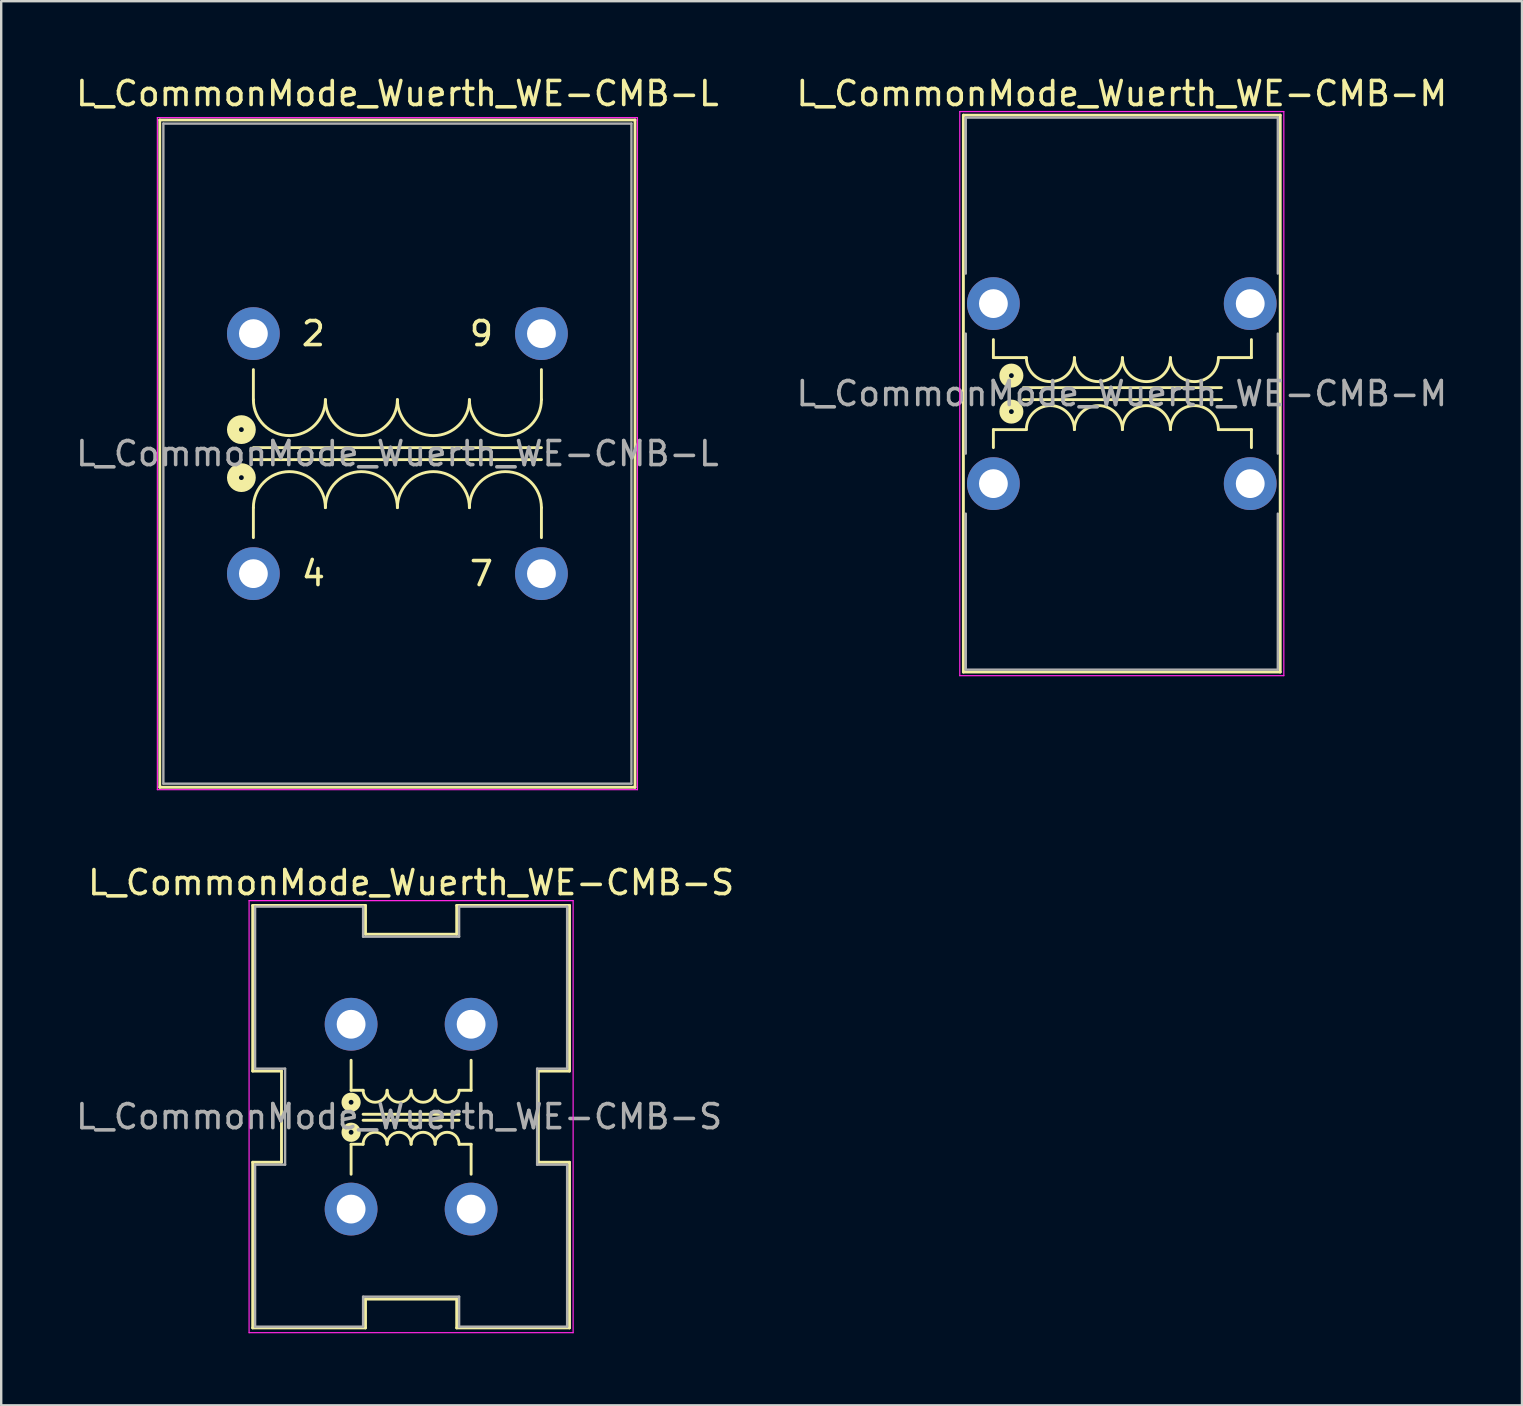
<source format=kicad_pcb>
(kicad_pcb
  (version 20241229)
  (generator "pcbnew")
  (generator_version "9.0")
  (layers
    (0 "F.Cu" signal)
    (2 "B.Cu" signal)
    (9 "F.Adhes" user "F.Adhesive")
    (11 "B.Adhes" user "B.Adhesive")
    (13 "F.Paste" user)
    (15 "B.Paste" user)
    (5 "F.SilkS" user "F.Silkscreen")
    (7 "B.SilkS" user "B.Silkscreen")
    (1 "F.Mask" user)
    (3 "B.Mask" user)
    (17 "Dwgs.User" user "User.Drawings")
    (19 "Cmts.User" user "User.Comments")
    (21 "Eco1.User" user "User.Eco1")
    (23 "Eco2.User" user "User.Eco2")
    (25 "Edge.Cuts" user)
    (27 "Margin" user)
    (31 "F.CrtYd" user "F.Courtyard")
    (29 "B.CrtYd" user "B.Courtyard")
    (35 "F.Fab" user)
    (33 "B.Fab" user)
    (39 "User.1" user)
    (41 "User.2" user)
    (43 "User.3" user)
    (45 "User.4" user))
  (footprint "L_CommonMode_Wuerth_WE-CMB-M"
    (layer "F.Cu")
    (at 38.335 9.598)
    (property "Reference" "L_CommonMode_Wuerth_WE-CMB-M" (at 5.35 -8.75 0) (layer "F.SilkS") (effects (font (size 1 1) (thickness 0.15))))
    (attr through_hole)
    (fp_line (start -1.25 -7.85) (end 11.95 -7.85) (stroke (width 0.12) (type solid)) (layer "F.SilkS"))
    (fp_line (start -1.25 15.35) (end -1.25 -7.85) (stroke (width 0.12) (type solid)) (layer "F.SilkS"))
    (fp_line (start 0 1.5) (end 0 2.25) (stroke (width 0.12) (type solid)) (layer "F.SilkS"))
    (fp_line (start 0 2.25) (end 1.375 2.25) (stroke (width 0.12) (type solid)) (layer "F.SilkS"))
    (fp_line (start 0 6) (end 0 5.25) (stroke (width 0.12) (type solid)) (layer "F.SilkS"))
    (fp_line (start 1.25 3.5) (end 9.5 3.5) (stroke (width 0.12) (type solid)) (layer "F.SilkS"))
    (fp_line (start 1.375 5.25) (end 0 5.25) (stroke (width 0.12) (type solid)) (layer "F.SilkS"))
    (fp_line (start 9.375 2.25) (end 10.75 2.25) (stroke (width 0.12) (type solid)) (layer "F.SilkS"))
    (fp_line (start 9.5 4) (end 1.25 4) (stroke (width 0.12) (type solid)) (layer "F.SilkS"))
    (fp_line (start 10.75 1.5) (end 10.75 2.25) (stroke (width 0.12) (type solid)) (layer "F.SilkS"))
    (fp_line (start 10.75 5.25) (end 9.375 5.25) (stroke (width 0.12) (type solid)) (layer "F.SilkS"))
    (fp_line (start 10.75 6) (end 10.75 5.25) (stroke (width 0.12) (type solid)) (layer "F.SilkS"))
    (fp_line (start 11.95 -7.85) (end 11.95 15.35) (stroke (width 0.12) (type solid)) (layer "F.SilkS"))
    (fp_line (start 11.95 15.35) (end -1.25 15.35) (stroke (width 0.12) (type solid)) (layer "F.SilkS"))
    (fp_arc (start 1.375 5.25) (mid 2.375 4.25) (end 3.375 5.25) (stroke (width 0.12) (type solid)) (layer "F.SilkS"))
    (fp_arc (start 3.375 2.25) (mid 2.375 3.25) (end 1.375 2.25) (stroke (width 0.12) (type solid)) (layer "F.SilkS"))
    (fp_arc (start 3.375 5.25) (mid 4.375 4.25) (end 5.375 5.25) (stroke (width 0.12) (type solid)) (layer "F.SilkS"))
    (fp_arc (start 5.375 2.25) (mid 4.375 3.25) (end 3.375 2.25) (stroke (width 0.12) (type solid)) (layer "F.SilkS"))
    (fp_arc (start 5.375 5.25) (mid 6.375 4.25) (end 7.375 5.25) (stroke (width 0.12) (type solid)) (layer "F.SilkS"))
    (fp_arc (start 7.375 2.25) (mid 6.375 3.25) (end 5.375 2.25) (stroke (width 0.12) (type solid)) (layer "F.SilkS"))
    (fp_arc (start 7.375 5.25) (mid 8.375 4.25) (end 9.375 5.25) (stroke (width 0.12) (type solid)) (layer "F.SilkS"))
    (fp_arc (start 9.375 2.25) (mid 8.375 3.25) (end 7.375 2.25) (stroke (width 0.12) (type solid)) (layer "F.SilkS"))
    (fp_circle (center 0.75 3) (end 0.85 3) (stroke (width 0.4) (type solid)) (fill no) (layer "F.SilkS"))
    (fp_circle (center 0.75 4.5) (end 0.85 4.5) (stroke (width 0.4) (type solid)) (fill no) (layer "F.SilkS"))
    (fp_line (start -1.4 -8) (end 12.1 -8) (stroke (width 0.05) (type solid)) (layer "F.CrtYd"))
    (fp_line (start -1.4 15.5) (end -1.4 -8) (stroke (width 0.05) (type solid)) (layer "F.CrtYd"))
    (fp_line (start 12.1 -8) (end 12.1 15.5) (stroke (width 0.05) (type solid)) (layer "F.CrtYd"))
    (fp_line (start 12.1 15.5) (end -1.4 15.5) (stroke (width 0.05) (type solid)) (layer "F.CrtYd"))
    (fp_line (start -1.15 -7.75) (end 11.85 -7.75) (stroke (width 0.1) (type solid)) (layer "F.Fab"))
    (fp_line (start -1.15 -1.25) (end -1.15 -7.75) (stroke (width 0.1) (type solid)) (layer "F.Fab"))
    (fp_line (start -1.15 6.25) (end -1.15 1.25) (stroke (width 0.1) (type solid)) (layer "F.Fab"))
    (fp_line (start -1.15 15.25) (end -1.15 8.75) (stroke (width 0.1) (type solid)) (layer "F.Fab"))
    (fp_line (start 11.85 -7.75) (end 11.85 -1.25) (stroke (width 0.1) (type solid)) (layer "F.Fab"))
    (fp_line (start 11.85 1.25) (end 11.85 6.25) (stroke (width 0.1) (type solid)) (layer "F.Fab"))
    (fp_line (start 11.85 8.75) (end 11.85 15.25) (stroke (width 0.1) (type solid)) (layer "F.Fab"))
    (fp_line (start 11.85 15.25) (end -1.15 15.25) (stroke (width 0.1) (type solid)) (layer "F.Fab"))
    (fp_text user "${REFERENCE}" (at 5.35 3.75 0) (layer "F.Fab") (effects (font (size 1 1) (thickness 0.15))))
    (pad "1" thru_hole circle (at 0 0) (size 2.2 2.2) (drill 1.2) (layers "*.Cu" "*.Mask"))
    (pad "2" thru_hole circle (at 10.7 0) (size 2.2 2.2) (drill 1.2) (layers "*.Cu" "*.Mask"))
    (pad "3" thru_hole circle (at 10.7 7.5) (size 2.2 2.2) (drill 1.2) (layers "*.Cu" "*.Mask"))
    (pad "4" thru_hole circle (at 0 7.5) (size 2.2 2.2) (drill 1.2) (layers "*.Cu" "*.Mask")))
  (footprint "L_CommonMode_Wuerth_WE-CMB-S"
    (layer "F.Cu")
    (at 11.577 39.621)
    (property "Reference" "L_CommonMode_Wuerth_WE-CMB-S" (at 2.5 -5.9 0) (layer "F.SilkS") (effects (font (size 1 1) (thickness 0.15))))
    (attr through_hole)
    (fp_line (start -4.1 -4.95) (end -4 -4.95) (stroke (width 0.12) (type solid)) (layer "F.SilkS"))
    (fp_line (start -4.1 1.95) (end -4.1 -4.95) (stroke (width 0.12) (type solid)) (layer "F.SilkS"))
    (fp_line (start -4.1 5.75) (end -2.9 5.75) (stroke (width 0.12) (type solid)) (layer "F.SilkS"))
    (fp_line (start -4.1 12.65) (end -4.1 5.75) (stroke (width 0.12) (type solid)) (layer "F.SilkS"))
    (fp_line (start -4 -4.95) (end 0.6 -4.95) (stroke (width 0.12) (type solid)) (layer "F.SilkS"))
    (fp_line (start -2.9 1.95) (end -4.1 1.95) (stroke (width 0.12) (type solid)) (layer "F.SilkS"))
    (fp_line (start -2.9 5.75) (end -2.9 1.95) (stroke (width 0.12) (type solid)) (layer "F.SilkS"))
    (fp_line (start 0 2.75) (end 0 1.5) (stroke (width 0.12) (type solid)) (layer "F.SilkS"))
    (fp_line (start 0 5) (end 0 6.25) (stroke (width 0.12) (type solid)) (layer "F.SilkS"))
    (fp_line (start 0.5 2.75) (end 0 2.75) (stroke (width 0.12) (type solid)) (layer "F.SilkS"))
    (fp_line (start 0.5 5) (end 0 5) (stroke (width 0.12) (type solid)) (layer "F.SilkS"))
    (fp_line (start 0.6 -4.95) (end 0.6 -3.75) (stroke (width 0.12) (type solid)) (layer "F.SilkS"))
    (fp_line (start 0.6 -3.75) (end 4.4 -3.75) (stroke (width 0.12) (type solid)) (layer "F.SilkS"))
    (fp_line (start 0.6 11.45) (end 0.6 12.65) (stroke (width 0.12) (type solid)) (layer "F.SilkS"))
    (fp_line (start 0.6 12.65) (end -4.1 12.65) (stroke (width 0.12) (type solid)) (layer "F.SilkS"))
    (fp_line (start 4.4 -4.95) (end 9.1 -4.95) (stroke (width 0.12) (type solid)) (layer "F.SilkS"))
    (fp_line (start 4.4 -3.75) (end 4.4 -4.95) (stroke (width 0.12) (type solid)) (layer "F.SilkS"))
    (fp_line (start 4.4 11.45) (end 0.6 11.45) (stroke (width 0.12) (type solid)) (layer "F.SilkS"))
    (fp_line (start 4.4 12.65) (end 4.4 11.45) (stroke (width 0.12) (type solid)) (layer "F.SilkS"))
    (fp_line (start 4.5 2.75) (end 5 2.75) (stroke (width 0.12) (type solid)) (layer "F.SilkS"))
    (fp_line (start 4.5 3.75) (end 0.5 3.75) (stroke (width 0.12) (type solid)) (layer "F.SilkS"))
    (fp_line (start 4.5 4) (end 0.5 4) (stroke (width 0.12) (type solid)) (layer "F.SilkS"))
    (fp_line (start 4.5 5) (end 5 5) (stroke (width 0.12) (type solid)) (layer "F.SilkS"))
    (fp_line (start 5 2.75) (end 5 1.5) (stroke (width 0.12) (type solid)) (layer "F.SilkS"))
    (fp_line (start 5 5) (end 5 6.25) (stroke (width 0.12) (type solid)) (layer "F.SilkS"))
    (fp_line (start 7.8 1.95) (end 7.8 5.75) (stroke (width 0.12) (type solid)) (layer "F.SilkS"))
    (fp_line (start 7.8 5.75) (end 9.1 5.75) (stroke (width 0.12) (type solid)) (layer "F.SilkS"))
    (fp_line (start 9.1 -4.95) (end 9.1 1.95) (stroke (width 0.12) (type solid)) (layer "F.SilkS"))
    (fp_line (start 9.1 1.95) (end 7.8 1.95) (stroke (width 0.12) (type solid)) (layer "F.SilkS"))
    (fp_line (start 9.1 5.75) (end 9.1 12.65) (stroke (width 0.12) (type solid)) (layer "F.SilkS"))
    (fp_line (start 9.1 12.65) (end 4.4 12.65) (stroke (width 0.12) (type solid)) (layer "F.SilkS"))
    (fp_arc (start 0.5 5) (mid 1 4.5) (end 1.5 5) (stroke (width 0.12) (type solid)) (layer "F.SilkS"))
    (fp_arc (start 1.5 2.75) (mid 1 3.25) (end 0.5 2.75) (stroke (width 0.12) (type solid)) (layer "F.SilkS"))
    (fp_arc (start 1.5 5) (mid 2 4.5) (end 2.5 5) (stroke (width 0.12) (type solid)) (layer "F.SilkS"))
    (fp_arc (start 2.5 2.75) (mid 2 3.25) (end 1.5 2.75) (stroke (width 0.12) (type solid)) (layer "F.SilkS"))
    (fp_arc (start 2.5 5) (mid 3 4.5) (end 3.5 5) (stroke (width 0.12) (type solid)) (layer "F.SilkS"))
    (fp_arc (start 3.5 2.75) (mid 3 3.25) (end 2.5 2.75) (stroke (width 0.12) (type solid)) (layer "F.SilkS"))
    (fp_arc (start 3.5 5) (mid 4 4.5) (end 4.5 5) (stroke (width 0.12) (type solid)) (layer "F.SilkS"))
    (fp_arc (start 4.5 2.75) (mid 4 3.25) (end 3.5 2.75) (stroke (width 0.12) (type solid)) (layer "F.SilkS"))
    (fp_circle (center 0 3.25) (end 0.1 3.25) (stroke (width 0.3) (type solid)) (fill no) (layer "F.SilkS"))
    (fp_circle (center 0 4.5) (end 0.1 4.5) (stroke (width 0.3) (type solid)) (fill no) (layer "F.SilkS"))
    (fp_line (start -4.25 -5.15) (end -4.25 12.85) (stroke (width 0.05) (type solid)) (layer "F.CrtYd"))
    (fp_line (start -4.25 12.85) (end 9.25 12.85) (stroke (width 0.05) (type solid)) (layer "F.CrtYd"))
    (fp_line (start 9.25 -5.15) (end -4.25 -5.15) (stroke (width 0.05) (type solid)) (layer "F.CrtYd"))
    (fp_line (start 9.25 12.85) (end 9.25 -5.15) (stroke (width 0.05) (type solid)) (layer "F.CrtYd"))
    (fp_line (start -4 -4.9) (end -4 1.85) (stroke (width 0.1) (type solid)) (layer "F.Fab"))
    (fp_line (start -4 1.85) (end -2.75 1.85) (stroke (width 0.1) (type solid)) (layer "F.Fab"))
    (fp_line (start -4 5.85) (end -4 12.6) (stroke (width 0.1) (type solid)) (layer "F.Fab"))
    (fp_line (start -4 12.6) (end 0.5 12.6) (stroke (width 0.1) (type solid)) (layer "F.Fab"))
    (fp_line (start -2.75 1.85) (end -2.75 5.85) (stroke (width 0.1) (type solid)) (layer "F.Fab"))
    (fp_line (start -2.75 5.85) (end -4 5.85) (stroke (width 0.1) (type solid)) (layer "F.Fab"))
    (fp_line (start 0.5 -4.9) (end -4 -4.9) (stroke (width 0.1) (type solid)) (layer "F.Fab"))
    (fp_line (start 0.5 -3.65) (end 0.5 -4.9) (stroke (width 0.1) (type solid)) (layer "F.Fab"))
    (fp_line (start 0.5 11.35) (end 4.5 11.35) (stroke (width 0.1) (type solid)) (layer "F.Fab"))
    (fp_line (start 0.5 12.6) (end 0.5 11.35) (stroke (width 0.1) (type solid)) (layer "F.Fab"))
    (fp_line (start 4.5 -4.9) (end 4.5 -3.65) (stroke (width 0.1) (type solid)) (layer "F.Fab"))
    (fp_line (start 4.5 -3.65) (end 0.5 -3.65) (stroke (width 0.1) (type solid)) (layer "F.Fab"))
    (fp_line (start 4.5 11.35) (end 4.5 12.6) (stroke (width 0.1) (type solid)) (layer "F.Fab"))
    (fp_line (start 4.5 12.6) (end 9 12.6) (stroke (width 0.1) (type solid)) (layer "F.Fab"))
    (fp_line (start 7.75 1.85) (end 9 1.85) (stroke (width 0.1) (type solid)) (layer "F.Fab"))
    (fp_line (start 7.75 5.85) (end 7.75 1.85) (stroke (width 0.1) (type solid)) (layer "F.Fab"))
    (fp_line (start 9 -4.9) (end 4.5 -4.9) (stroke (width 0.1) (type solid)) (layer "F.Fab"))
    (fp_line (start 9 1.85) (end 9 -4.9) (stroke (width 0.1) (type solid)) (layer "F.Fab"))
    (fp_line (start 9 5.85) (end 7.75 5.85) (stroke (width 0.1) (type solid)) (layer "F.Fab"))
    (fp_line (start 9 12.6) (end 9 5.85) (stroke (width 0.1) (type solid)) (layer "F.Fab"))
    (fp_text user "${REFERENCE}" (at 2 3.85 0) (layer "F.Fab") (effects (font (size 1 1) (thickness 0.15))))
    (pad "1" thru_hole circle (at 0 0) (size 2.2 2.2) (drill 1.2) (layers "*.Cu" "*.Mask"))
    (pad "2" thru_hole circle (at 5 0) (size 2.2 2.2) (drill 1.2) (layers "*.Cu" "*.Mask"))
    (pad "3" thru_hole circle (at 5 7.7) (size 2.2 2.2) (drill 1.2) (layers "*.Cu" "*.Mask"))
    (pad "4" thru_hole circle (at 0 7.7) (size 2.2 2.2) (drill 1.2) (layers "*.Cu" "*.Mask")))
  (footprint "L_CommonMode_Wuerth_WE-CMB-L"
    (layer "F.Cu")
    (at 7.506 10.848)
    (property "Reference" "L_CommonMode_Wuerth_WE-CMB-L" (at 6 -10 0) (layer "F.SilkS") (effects (font (size 1 1) (thickness 0.15))))
    (attr through_hole)
    (fp_line (start -3.9 18.9) (end -3.9 -8.9) (stroke (width 0.12) (type solid)) (layer "F.SilkS"))
    (fp_line (start -3.9 18.9) (end 15.9 18.9) (stroke (width 0.12) (type solid)) (layer "F.SilkS"))
    (fp_line (start 0 2.75) (end 0 1.5) (stroke (width 0.12) (type solid)) (layer "F.SilkS"))
    (fp_line (start 0 4.75) (end 12 4.75) (stroke (width 0.12) (type solid)) (layer "F.SilkS"))
    (fp_line (start 0 7.25) (end 0 8.5) (stroke (width 0.12) (type solid)) (layer "F.SilkS"))
    (fp_line (start 12 2.75) (end 12 1.5) (stroke (width 0.12) (type solid)) (layer "F.SilkS"))
    (fp_line (start 12 5.25) (end 0 5.25) (stroke (width 0.12) (type solid)) (layer "F.SilkS"))
    (fp_line (start 12 7.25) (end 12 8.5) (stroke (width 0.12) (type solid)) (layer "F.SilkS"))
    (fp_line (start 15.9 -8.9) (end -3.9 -8.9) (stroke (width 0.12) (type solid)) (layer "F.SilkS"))
    (fp_line (start 15.9 18.9) (end 15.9 -8.9) (stroke (width 0.12) (type solid)) (layer "F.SilkS"))
    (fp_arc (start 0 7.25) (mid 1.5 5.75) (end 3 7.25) (stroke (width 0.12) (type solid)) (layer "F.SilkS"))
    (fp_arc (start 3 2.75) (mid 1.5 4.25) (end 0 2.75) (stroke (width 0.12) (type solid)) (layer "F.SilkS"))
    (fp_arc (start 3 7.25) (mid 4.5 5.75) (end 6 7.25) (stroke (width 0.12) (type solid)) (layer "F.SilkS"))
    (fp_arc (start 6 2.75) (mid 4.5 4.25) (end 3 2.75) (stroke (width 0.12) (type solid)) (layer "F.SilkS"))
    (fp_arc (start 6 7.25) (mid 7.5 5.75) (end 9 7.25) (stroke (width 0.12) (type solid)) (layer "F.SilkS"))
    (fp_arc (start 9 2.75) (mid 7.5 4.25) (end 6 2.75) (stroke (width 0.12) (type solid)) (layer "F.SilkS"))
    (fp_arc (start 9 7.25) (mid 10.5 5.75) (end 12 7.25) (stroke (width 0.12) (type solid)) (layer "F.SilkS"))
    (fp_arc (start 12 2.75) (mid 10.5 4.25) (end 9 2.75) (stroke (width 0.12) (type solid)) (layer "F.SilkS"))
    (fp_circle (center -0.5 4) (end -0.4 4) (stroke (width 0.5) (type solid)) (fill no) (layer "F.SilkS"))
    (fp_circle (center -0.5 6) (end -0.4 6) (stroke (width 0.5) (type solid)) (fill no) (layer "F.SilkS"))
    (fp_line (start -4 -9) (end -4 19) (stroke (width 0.05) (type solid)) (layer "F.CrtYd"))
    (fp_line (start -4 19) (end 16 19) (stroke (width 0.05) (type solid)) (layer "F.CrtYd"))
    (fp_line (start 16 -9) (end -4 -9) (stroke (width 0.05) (type solid)) (layer "F.CrtYd"))
    (fp_line (start 16 19) (end 16 -9) (stroke (width 0.05) (type solid)) (layer "F.CrtYd"))
    (fp_line (start -3.75 -8.75) (end -3.75 18.75) (stroke (width 0.1) (type solid)) (layer "F.Fab"))
    (fp_line (start 15.75 -8.75) (end -3.75 -8.75) (stroke (width 0.1) (type solid)) (layer "F.Fab"))
    (fp_line (start 15.75 -8.75) (end 15.75 18.75) (stroke (width 0.1) (type solid)) (layer "F.Fab"))
    (fp_line (start 15.75 18.75) (end -3.75 18.75) (stroke (width 0.1) (type solid)) (layer "F.Fab"))
    (fp_text user "4" (at 2.5 10 0) (layer "F.SilkS") (effects (font (size 1 1) (thickness 0.15))))
    (fp_text user "2" (at 2.5 0 0) (layer "F.SilkS") (effects (font (size 1 1) (thickness 0.15))))
    (fp_text user "7" (at 9.5 10 0) (layer "F.SilkS") (effects (font (size 1 1) (thickness 0.15))))
    (fp_text user "9" (at 9.5 0 0) (layer "F.SilkS") (effects (font (size 1 1) (thickness 0.15))))
    (fp_text user "${REFERENCE}" (at 6 5 0) (layer "F.Fab") (effects (font (size 1 1) (thickness 0.15))))
    (pad "2" thru_hole circle (at 0 0) (size 2.2 2.2) (drill 1.2) (layers "*.Cu" "*.Mask"))
    (pad "4" thru_hole circle (at 0 10) (size 2.2 2.2) (drill 1.2) (layers "*.Cu" "*.Mask"))
    (pad "7" thru_hole circle (at 12 10) (size 2.2 2.2) (drill 1.2) (layers "*.Cu" "*.Mask"))
    (pad "9" thru_hole circle (at 12 0) (size 2.2 2.2) (drill 1.2) (layers "*.Cu" "*.Mask")))
  (gr_rect
    (start -3 -3)
    (end 60.357 55.496)
    (stroke (width 0.1) (type default))
    (fill no)
    (layer "Edge.Cuts")))
</source>
